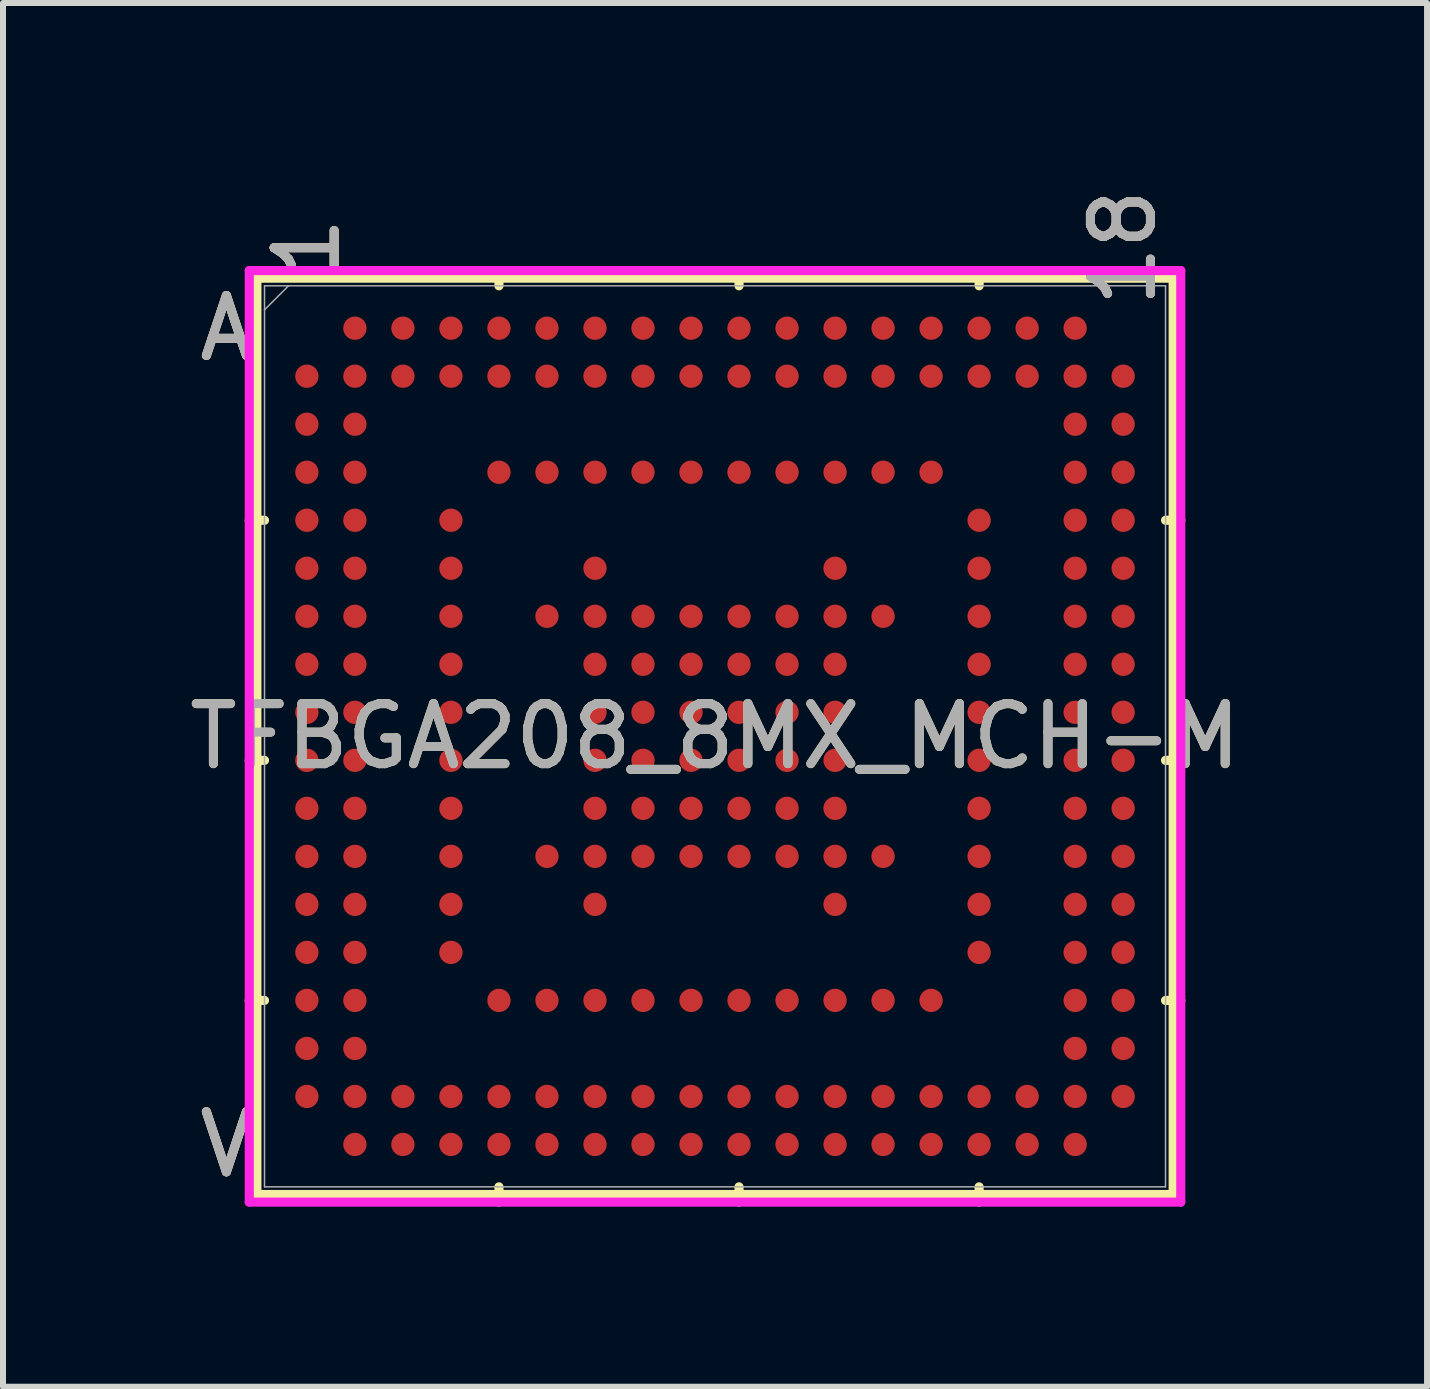
<source format=kicad_pcb>
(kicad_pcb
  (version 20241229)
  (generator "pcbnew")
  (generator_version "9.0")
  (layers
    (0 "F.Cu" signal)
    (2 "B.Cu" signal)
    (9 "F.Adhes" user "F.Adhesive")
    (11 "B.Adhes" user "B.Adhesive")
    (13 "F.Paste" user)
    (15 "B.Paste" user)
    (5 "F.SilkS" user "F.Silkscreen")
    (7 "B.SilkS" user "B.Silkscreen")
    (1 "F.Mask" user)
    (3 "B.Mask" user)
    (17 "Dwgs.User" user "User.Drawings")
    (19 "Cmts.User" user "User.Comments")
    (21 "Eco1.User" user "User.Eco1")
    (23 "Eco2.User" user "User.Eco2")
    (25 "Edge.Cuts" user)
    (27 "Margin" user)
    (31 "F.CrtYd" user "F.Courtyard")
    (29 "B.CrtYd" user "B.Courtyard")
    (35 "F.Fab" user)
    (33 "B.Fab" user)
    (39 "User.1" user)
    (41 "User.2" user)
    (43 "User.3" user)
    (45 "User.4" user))
  (footprint "TFBGA208_8MX_MCH-M"
    (layer "F.Cu")
    (at 8.863 9.218)
    (property "Reference" "TFBGA208_8MX_MCH-M" (at 0 0 0) (unlocked yes) (layer "F.SilkS") (effects (font (size 1 1) (thickness 0.15))))
    (attr smd)
    (fp_line (start -7.633 -7.633) (end -7.633 7.633) (stroke (width 0.152) (type solid)) (layer "F.SilkS"))
    (fp_line (start -7.633 7.633) (end 7.633 7.633) (stroke (width 0.152) (type solid)) (layer "F.SilkS"))
    (fp_line (start -7.506 -3.6) (end -7.76 -3.6) (stroke (width 0.152) (type solid)) (layer "F.SilkS"))
    (fp_line (start -7.506 0.4) (end -7.76 0.4) (stroke (width 0.152) (type solid)) (layer "F.SilkS"))
    (fp_line (start -7.506 4.4) (end -7.76 4.4) (stroke (width 0.152) (type solid)) (layer "F.SilkS"))
    (fp_line (start -3.6 -7.506) (end -3.6 -7.76) (stroke (width 0.152) (type solid)) (layer "F.SilkS"))
    (fp_line (start -3.6 7.506) (end -3.6 7.76) (stroke (width 0.152) (type solid)) (layer "F.SilkS"))
    (fp_line (start 0.4 -7.506) (end 0.4 -7.76) (stroke (width 0.152) (type solid)) (layer "F.SilkS"))
    (fp_line (start 0.4 7.506) (end 0.4 7.76) (stroke (width 0.152) (type solid)) (layer "F.SilkS"))
    (fp_line (start 4.4 -7.506) (end 4.4 -7.76) (stroke (width 0.152) (type solid)) (layer "F.SilkS"))
    (fp_line (start 4.4 7.506) (end 4.4 7.76) (stroke (width 0.152) (type solid)) (layer "F.SilkS"))
    (fp_line (start 7.506 -3.6) (end 7.76 -3.6) (stroke (width 0.152) (type solid)) (layer "F.SilkS"))
    (fp_line (start 7.506 0.4) (end 7.76 0.4) (stroke (width 0.152) (type solid)) (layer "F.SilkS"))
    (fp_line (start 7.506 4.4) (end 7.76 4.4) (stroke (width 0.152) (type solid)) (layer "F.SilkS"))
    (fp_line (start 7.633 -7.633) (end -7.633 -7.633) (stroke (width 0.152) (type solid)) (layer "F.SilkS"))
    (fp_line (start 7.633 7.633) (end 7.633 -7.633) (stroke (width 0.152) (type solid)) (layer "F.SilkS"))
    (fp_poly (pts (xy -7.644 -7.644) (xy 7.644 -7.644) (xy 7.644 7.644) (xy -7.644 7.644)) (stroke (width 0.1) (type solid)) (fill no) (layer "Eco2.User"))
    (fp_line (start -7.76 -7.76) (end 7.76 -7.76) (stroke (width 0.152) (type solid)) (layer "F.CrtYd"))
    (fp_line (start -7.76 7.76) (end -7.76 -7.76) (stroke (width 0.152) (type solid)) (layer "F.CrtYd"))
    (fp_line (start 7.76 -7.76) (end 7.76 7.76) (stroke (width 0.152) (type solid)) (layer "F.CrtYd"))
    (fp_line (start 7.76 7.76) (end -7.76 7.76) (stroke (width 0.152) (type solid)) (layer "F.CrtYd"))
    (fp_line (start -7.506 -7.506) (end -7.506 7.506) (stroke (width 0.025) (type solid)) (layer "F.Fab"))
    (fp_line (start -7.506 7.506) (end 7.506 7.506) (stroke (width 0.025) (type solid)) (layer "F.Fab"))
    (fp_line (start -7.106 -7.506) (end -7.506 -7.106) (stroke (width 0.025) (type solid)) (layer "F.Fab"))
    (fp_line (start 7.506 -7.506) (end -7.506 -7.506) (stroke (width 0.025) (type solid)) (layer "F.Fab"))
    (fp_line (start 7.506 7.506) (end 7.506 -7.506) (stroke (width 0.025) (type solid)) (layer "F.Fab"))
    (fp_text user "1" (at -6.8 -8.141 90) (unlocked yes) (layer "F.SilkS") (effects (font (size 1 1) (thickness 0.15))))
    (fp_text user "V" (at -8.141 6.8 0) (unlocked yes) (layer "F.SilkS") (effects (font (size 1 1) (thickness 0.15))))
    (fp_text user "18" (at 6.8 -8.141 90) (unlocked yes) (layer "F.SilkS") (effects (font (size 1 1) (thickness 0.15))))
    (fp_text user "A" (at -8.141 -6.8 0) (unlocked yes) (layer "F.SilkS") (effects (font (size 1 1) (thickness 0.15))))
    (fp_text user "V" (at -8.141 6.8 0) (unlocked yes) (layer "B.SilkS") (effects (font (size 1 1) (thickness 0.15))))
    (fp_text user "1" (at -6.8 -8.141 90) (unlocked yes) (layer "B.SilkS") (effects (font (size 1 1) (thickness 0.15))))
    (fp_text user "A" (at -8.141 -6.8 0) (unlocked yes) (layer "B.SilkS") (effects (font (size 1 1) (thickness 0.15))))
    (fp_text user "18" (at 6.8 -8.141 90) (unlocked yes) (layer "B.SilkS") (effects (font (size 1 1) (thickness 0.15))))
    (fp_text user "18" (at 6.8 -8.141 90) (unlocked yes) (layer "F.Fab") (effects (font (size 1 1) (thickness 0.15))))
    (fp_text user "V" (at -8.141 6.8 0) (unlocked yes) (layer "F.Fab") (effects (font (size 1 1) (thickness 0.15))))
    (fp_text user "${REFERENCE}" (at 0 0 0) (unlocked yes) (layer "F.Fab") (effects (font (size 1 1) (thickness 0.15))))
    (fp_text user "1" (at -6.8 -8.141 90) (unlocked yes) (layer "F.Fab") (effects (font (size 1 1) (thickness 0.15))))
    (fp_text user "A" (at -8.141 -6.8 0) (unlocked yes) (layer "F.Fab") (effects (font (size 1 1) (thickness 0.15))))
    (pad "A2" smd circle (at -6 -6.8) (size 0.389 0.389) (layers "F.Cu" "F.Mask" "F.Paste"))
    (pad "A3" smd circle (at -5.2 -6.8) (size 0.389 0.389) (layers "F.Cu" "F.Mask" "F.Paste"))
    (pad "A4" smd circle (at -4.4 -6.8) (size 0.389 0.389) (layers "F.Cu" "F.Mask" "F.Paste"))
    (pad "A5" smd circle (at -3.6 -6.8) (size 0.389 0.389) (layers "F.Cu" "F.Mask" "F.Paste"))
    (pad "A6" smd circle (at -2.8 -6.8) (size 0.389 0.389) (layers "F.Cu" "F.Mask" "F.Paste"))
    (pad "A7" smd circle (at -2 -6.8) (size 0.389 0.389) (layers "F.Cu" "F.Mask" "F.Paste"))
    (pad "A8" smd circle (at -1.2 -6.8) (size 0.389 0.389) (layers "F.Cu" "F.Mask" "F.Paste"))
    (pad "A9" smd circle (at -0.4 -6.8) (size 0.389 0.389) (layers "F.Cu" "F.Mask" "F.Paste"))
    (pad "A10" smd circle (at 0.4 -6.8) (size 0.389 0.389) (layers "F.Cu" "F.Mask" "F.Paste"))
    (pad "A11" smd circle (at 1.2 -6.8) (size 0.389 0.389) (layers "F.Cu" "F.Mask" "F.Paste"))
    (pad "A12" smd circle (at 2 -6.8) (size 0.389 0.389) (layers "F.Cu" "F.Mask" "F.Paste"))
    (pad "A13" smd circle (at 2.8 -6.8) (size 0.389 0.389) (layers "F.Cu" "F.Mask" "F.Paste"))
    (pad "A14" smd circle (at 3.6 -6.8) (size 0.389 0.389) (layers "F.Cu" "F.Mask" "F.Paste"))
    (pad "A15" smd circle (at 4.4 -6.8) (size 0.389 0.389) (layers "F.Cu" "F.Mask" "F.Paste"))
    (pad "A16" smd circle (at 5.2 -6.8) (size 0.389 0.389) (layers "F.Cu" "F.Mask" "F.Paste"))
    (pad "A17" smd circle (at 6 -6.8) (size 0.389 0.389) (layers "F.Cu" "F.Mask" "F.Paste"))
    (pad "B1" smd circle (at -6.8 -6) (size 0.389 0.389) (layers "F.Cu" "F.Mask" "F.Paste"))
    (pad "B2" smd circle (at -6 -6) (size 0.389 0.389) (layers "F.Cu" "F.Mask" "F.Paste"))
    (pad "B3" smd circle (at -5.2 -6) (size 0.389 0.389) (layers "F.Cu" "F.Mask" "F.Paste"))
    (pad "B4" smd circle (at -4.4 -6) (size 0.389 0.389) (layers "F.Cu" "F.Mask" "F.Paste"))
    (pad "B5" smd circle (at -3.6 -6) (size 0.389 0.389) (layers "F.Cu" "F.Mask" "F.Paste"))
    (pad "B6" smd circle (at -2.8 -6) (size 0.389 0.389) (layers "F.Cu" "F.Mask" "F.Paste"))
    (pad "B7" smd circle (at -2 -6) (size 0.389 0.389) (layers "F.Cu" "F.Mask" "F.Paste"))
    (pad "B8" smd circle (at -1.2 -6) (size 0.389 0.389) (layers "F.Cu" "F.Mask" "F.Paste"))
    (pad "B9" smd circle (at -0.4 -6) (size 0.389 0.389) (layers "F.Cu" "F.Mask" "F.Paste"))
    (pad "B10" smd circle (at 0.4 -6) (size 0.389 0.389) (layers "F.Cu" "F.Mask" "F.Paste"))
    (pad "B11" smd circle (at 1.2 -6) (size 0.389 0.389) (layers "F.Cu" "F.Mask" "F.Paste"))
    (pad "B12" smd circle (at 2 -6) (size 0.389 0.389) (layers "F.Cu" "F.Mask" "F.Paste"))
    (pad "B13" smd circle (at 2.8 -6) (size 0.389 0.389) (layers "F.Cu" "F.Mask" "F.Paste"))
    (pad "B14" smd circle (at 3.6 -6) (size 0.389 0.389) (layers "F.Cu" "F.Mask" "F.Paste"))
    (pad "B15" smd circle (at 4.4 -6) (size 0.389 0.389) (layers "F.Cu" "F.Mask" "F.Paste"))
    (pad "B16" smd circle (at 5.2 -6) (size 0.389 0.389) (layers "F.Cu" "F.Mask" "F.Paste"))
    (pad "B17" smd circle (at 6 -6) (size 0.389 0.389) (layers "F.Cu" "F.Mask" "F.Paste"))
    (pad "B18" smd circle (at 6.8 -6) (size 0.389 0.389) (layers "F.Cu" "F.Mask" "F.Paste"))
    (pad "C1" smd circle (at -6.8 -5.2) (size 0.389 0.389) (layers "F.Cu" "F.Mask" "F.Paste"))
    (pad "C2" smd circle (at -6 -5.2) (size 0.389 0.389) (layers "F.Cu" "F.Mask" "F.Paste"))
    (pad "C17" smd circle (at 6 -5.2) (size 0.389 0.389) (layers "F.Cu" "F.Mask" "F.Paste"))
    (pad "C18" smd circle (at 6.8 -5.2) (size 0.389 0.389) (layers "F.Cu" "F.Mask" "F.Paste"))
    (pad "D1" smd circle (at -6.8 -4.4) (size 0.389 0.389) (layers "F.Cu" "F.Mask" "F.Paste"))
    (pad "D2" smd circle (at -6 -4.4) (size 0.389 0.389) (layers "F.Cu" "F.Mask" "F.Paste"))
    (pad "D5" smd circle (at -3.6 -4.4) (size 0.389 0.389) (layers "F.Cu" "F.Mask" "F.Paste"))
    (pad "D6" smd circle (at -2.8 -4.4) (size 0.389 0.389) (layers "F.Cu" "F.Mask" "F.Paste"))
    (pad "D7" smd circle (at -2 -4.4) (size 0.389 0.389) (layers "F.Cu" "F.Mask" "F.Paste"))
    (pad "D8" smd circle (at -1.2 -4.4) (size 0.389 0.389) (layers "F.Cu" "F.Mask" "F.Paste"))
    (pad "D9" smd circle (at -0.4 -4.4) (size 0.389 0.389) (layers "F.Cu" "F.Mask" "F.Paste"))
    (pad "D10" smd circle (at 0.4 -4.4) (size 0.389 0.389) (layers "F.Cu" "F.Mask" "F.Paste"))
    (pad "D11" smd circle (at 1.2 -4.4) (size 0.389 0.389) (layers "F.Cu" "F.Mask" "F.Paste"))
    (pad "D12" smd circle (at 2 -4.4) (size 0.389 0.389) (layers "F.Cu" "F.Mask" "F.Paste"))
    (pad "D13" smd circle (at 2.8 -4.4) (size 0.389 0.389) (layers "F.Cu" "F.Mask" "F.Paste"))
    (pad "D14" smd circle (at 3.6 -4.4) (size 0.389 0.389) (layers "F.Cu" "F.Mask" "F.Paste"))
    (pad "D17" smd circle (at 6 -4.4) (size 0.389 0.389) (layers "F.Cu" "F.Mask" "F.Paste"))
    (pad "D18" smd circle (at 6.8 -4.4) (size 0.389 0.389) (layers "F.Cu" "F.Mask" "F.Paste"))
    (pad "E1" smd circle (at -6.8 -3.6) (size 0.389 0.389) (layers "F.Cu" "F.Mask" "F.Paste"))
    (pad "E2" smd circle (at -6 -3.6) (size 0.389 0.389) (layers "F.Cu" "F.Mask" "F.Paste"))
    (pad "E4" smd circle (at -4.4 -3.6) (size 0.389 0.389) (layers "F.Cu" "F.Mask" "F.Paste"))
    (pad "E15" smd circle (at 4.4 -3.6) (size 0.389 0.389) (layers "F.Cu" "F.Mask" "F.Paste"))
    (pad "E17" smd circle (at 6 -3.6) (size 0.389 0.389) (layers "F.Cu" "F.Mask" "F.Paste"))
    (pad "E18" smd circle (at 6.8 -3.6) (size 0.389 0.389) (layers "F.Cu" "F.Mask" "F.Paste"))
    (pad "F1" smd circle (at -6.8 -2.8) (size 0.389 0.389) (layers "F.Cu" "F.Mask" "F.Paste"))
    (pad "F2" smd circle (at -6 -2.8) (size 0.389 0.389) (layers "F.Cu" "F.Mask" "F.Paste"))
    (pad "F4" smd circle (at -4.4 -2.8) (size 0.389 0.389) (layers "F.Cu" "F.Mask" "F.Paste"))
    (pad "F7" smd circle (at -2 -2.8) (size 0.389 0.389) (layers "F.Cu" "F.Mask" "F.Paste"))
    (pad "F12" smd circle (at 2 -2.8) (size 0.389 0.389) (layers "F.Cu" "F.Mask" "F.Paste"))
    (pad "F15" smd circle (at 4.4 -2.8) (size 0.389 0.389) (layers "F.Cu" "F.Mask" "F.Paste"))
    (pad "F17" smd circle (at 6 -2.8) (size 0.389 0.389) (layers "F.Cu" "F.Mask" "F.Paste"))
    (pad "F18" smd circle (at 6.8 -2.8) (size 0.389 0.389) (layers "F.Cu" "F.Mask" "F.Paste"))
    (pad "G1" smd circle (at -6.8 -2) (size 0.389 0.389) (layers "F.Cu" "F.Mask" "F.Paste"))
    (pad "G2" smd circle (at -6 -2) (size 0.389 0.389) (layers "F.Cu" "F.Mask" "F.Paste"))
    (pad "G4" smd circle (at -4.4 -2) (size 0.389 0.389) (layers "F.Cu" "F.Mask" "F.Paste"))
    (pad "G6" smd circle (at -2.8 -2) (size 0.389 0.389) (layers "F.Cu" "F.Mask" "F.Paste"))
    (pad "G7" smd circle (at -2 -2) (size 0.389 0.389) (layers "F.Cu" "F.Mask" "F.Paste"))
    (pad "G8" smd circle (at -1.2 -2) (size 0.389 0.389) (layers "F.Cu" "F.Mask" "F.Paste"))
    (pad "G9" smd circle (at -0.4 -2) (size 0.389 0.389) (layers "F.Cu" "F.Mask" "F.Paste"))
    (pad "G10" smd circle (at 0.4 -2) (size 0.389 0.389) (layers "F.Cu" "F.Mask" "F.Paste"))
    (pad "G11" smd circle (at 1.2 -2) (size 0.389 0.389) (layers "F.Cu" "F.Mask" "F.Paste"))
    (pad "G12" smd circle (at 2 -2) (size 0.389 0.389) (layers "F.Cu" "F.Mask" "F.Paste"))
    (pad "G13" smd circle (at 2.8 -2) (size 0.389 0.389) (layers "F.Cu" "F.Mask" "F.Paste"))
    (pad "G15" smd circle (at 4.4 -2) (size 0.389 0.389) (layers "F.Cu" "F.Mask" "F.Paste"))
    (pad "G17" smd circle (at 6 -2) (size 0.389 0.389) (layers "F.Cu" "F.Mask" "F.Paste"))
    (pad "G18" smd circle (at 6.8 -2) (size 0.389 0.389) (layers "F.Cu" "F.Mask" "F.Paste"))
    (pad "H1" smd circle (at -6.8 -1.2) (size 0.389 0.389) (layers "F.Cu" "F.Mask" "F.Paste"))
    (pad "H2" smd circle (at -6 -1.2) (size 0.389 0.389) (layers "F.Cu" "F.Mask" "F.Paste"))
    (pad "H4" smd circle (at -4.4 -1.2) (size 0.389 0.389) (layers "F.Cu" "F.Mask" "F.Paste"))
    (pad "H7" smd circle (at -2 -1.2) (size 0.389 0.389) (layers "F.Cu" "F.Mask" "F.Paste"))
    (pad "H8" smd circle (at -1.2 -1.2) (size 0.389 0.389) (layers "F.Cu" "F.Mask" "F.Paste"))
    (pad "H9" smd circle (at -0.4 -1.2) (size 0.389 0.389) (layers "F.Cu" "F.Mask" "F.Paste"))
    (pad "H10" smd circle (at 0.4 -1.2) (size 0.389 0.389) (layers "F.Cu" "F.Mask" "F.Paste"))
    (pad "H11" smd circle (at 1.2 -1.2) (size 0.389 0.389) (layers "F.Cu" "F.Mask" "F.Paste"))
    (pad "H12" smd circle (at 2 -1.2) (size 0.389 0.389) (layers "F.Cu" "F.Mask" "F.Paste"))
    (pad "H15" smd circle (at 4.4 -1.2) (size 0.389 0.389) (layers "F.Cu" "F.Mask" "F.Paste"))
    (pad "H17" smd circle (at 6 -1.2) (size 0.389 0.389) (layers "F.Cu" "F.Mask" "F.Paste"))
    (pad "H18" smd circle (at 6.8 -1.2) (size 0.389 0.389) (layers "F.Cu" "F.Mask" "F.Paste"))
    (pad "J1" smd circle (at -6.8 -0.4) (size 0.389 0.389) (layers "F.Cu" "F.Mask" "F.Paste"))
    (pad "J2" smd circle (at -6 -0.4) (size 0.389 0.389) (layers "F.Cu" "F.Mask" "F.Paste"))
    (pad "J4" smd circle (at -4.4 -0.4) (size 0.389 0.389) (layers "F.Cu" "F.Mask" "F.Paste"))
    (pad "J7" smd circle (at -2 -0.4) (size 0.389 0.389) (layers "F.Cu" "F.Mask" "F.Paste"))
    (pad "J8" smd circle (at -1.2 -0.4) (size 0.389 0.389) (layers "F.Cu" "F.Mask" "F.Paste"))
    (pad "J9" smd circle (at -0.4 -0.4) (size 0.389 0.389) (layers "F.Cu" "F.Mask" "F.Paste"))
    (pad "J10" smd circle (at 0.4 -0.4) (size 0.389 0.389) (layers "F.Cu" "F.Mask" "F.Paste"))
    (pad "J11" smd circle (at 1.2 -0.4) (size 0.389 0.389) (layers "F.Cu" "F.Mask" "F.Paste"))
    (pad "J12" smd circle (at 2 -0.4) (size 0.389 0.389) (layers "F.Cu" "F.Mask" "F.Paste"))
    (pad "J15" smd circle (at 4.4 -0.4) (size 0.389 0.389) (layers "F.Cu" "F.Mask" "F.Paste"))
    (pad "J17" smd circle (at 6 -0.4) (size 0.389 0.389) (layers "F.Cu" "F.Mask" "F.Paste"))
    (pad "J18" smd circle (at 6.8 -0.4) (size 0.389 0.389) (layers "F.Cu" "F.Mask" "F.Paste"))
    (pad "K1" smd circle (at -6.8 0.4) (size 0.389 0.389) (layers "F.Cu" "F.Mask" "F.Paste"))
    (pad "K2" smd circle (at -6 0.4) (size 0.389 0.389) (layers "F.Cu" "F.Mask" "F.Paste"))
    (pad "K4" smd circle (at -4.4 0.4) (size 0.389 0.389) (layers "F.Cu" "F.Mask" "F.Paste"))
    (pad "K7" smd circle (at -2 0.4) (size 0.389 0.389) (layers "F.Cu" "F.Mask" "F.Paste"))
    (pad "K8" smd circle (at -1.2 0.4) (size 0.389 0.389) (layers "F.Cu" "F.Mask" "F.Paste"))
    (pad "K9" smd circle (at -0.4 0.4) (size 0.389 0.389) (layers "F.Cu" "F.Mask" "F.Paste"))
    (pad "K10" smd circle (at 0.4 0.4) (size 0.389 0.389) (layers "F.Cu" "F.Mask" "F.Paste"))
    (pad "K11" smd circle (at 1.2 0.4) (size 0.389 0.389) (layers "F.Cu" "F.Mask" "F.Paste"))
    (pad "K12" smd circle (at 2 0.4) (size 0.389 0.389) (layers "F.Cu" "F.Mask" "F.Paste"))
    (pad "K15" smd circle (at 4.4 0.4) (size 0.389 0.389) (layers "F.Cu" "F.Mask" "F.Paste"))
    (pad "K17" smd circle (at 6 0.4) (size 0.389 0.389) (layers "F.Cu" "F.Mask" "F.Paste"))
    (pad "K18" smd circle (at 6.8 0.4) (size 0.389 0.389) (layers "F.Cu" "F.Mask" "F.Paste"))
    (pad "L1" smd circle (at -6.8 1.2) (size 0.389 0.389) (layers "F.Cu" "F.Mask" "F.Paste"))
    (pad "L2" smd circle (at -6 1.2) (size 0.389 0.389) (layers "F.Cu" "F.Mask" "F.Paste"))
    (pad "L4" smd circle (at -4.4 1.2) (size 0.389 0.389) (layers "F.Cu" "F.Mask" "F.Paste"))
    (pad "L7" smd circle (at -2 1.2) (size 0.389 0.389) (layers "F.Cu" "F.Mask" "F.Paste"))
    (pad "L8" smd circle (at -1.2 1.2) (size 0.389 0.389) (layers "F.Cu" "F.Mask" "F.Paste"))
    (pad "L9" smd circle (at -0.4 1.2) (size 0.389 0.389) (layers "F.Cu" "F.Mask" "F.Paste"))
    (pad "L10" smd circle (at 0.4 1.2) (size 0.389 0.389) (layers "F.Cu" "F.Mask" "F.Paste"))
    (pad "L11" smd circle (at 1.2 1.2) (size 0.389 0.389) (layers "F.Cu" "F.Mask" "F.Paste"))
    (pad "L12" smd circle (at 2 1.2) (size 0.389 0.389) (layers "F.Cu" "F.Mask" "F.Paste"))
    (pad "L15" smd circle (at 4.4 1.2) (size 0.389 0.389) (layers "F.Cu" "F.Mask" "F.Paste"))
    (pad "L17" smd circle (at 6 1.2) (size 0.389 0.389) (layers "F.Cu" "F.Mask" "F.Paste"))
    (pad "L18" smd circle (at 6.8 1.2) (size 0.389 0.389) (layers "F.Cu" "F.Mask" "F.Paste"))
    (pad "M1" smd circle (at -6.8 2) (size 0.389 0.389) (layers "F.Cu" "F.Mask" "F.Paste"))
    (pad "M2" smd circle (at -6 2) (size 0.389 0.389) (layers "F.Cu" "F.Mask" "F.Paste"))
    (pad "M4" smd circle (at -4.4 2) (size 0.389 0.389) (layers "F.Cu" "F.Mask" "F.Paste"))
    (pad "M6" smd circle (at -2.8 2) (size 0.389 0.389) (layers "F.Cu" "F.Mask" "F.Paste"))
    (pad "M7" smd circle (at -2 2) (size 0.389 0.389) (layers "F.Cu" "F.Mask" "F.Paste"))
    (pad "M8" smd circle (at -1.2 2) (size 0.389 0.389) (layers "F.Cu" "F.Mask" "F.Paste"))
    (pad "M9" smd circle (at -0.4 2) (size 0.389 0.389) (layers "F.Cu" "F.Mask" "F.Paste"))
    (pad "M10" smd circle (at 0.4 2) (size 0.389 0.389) (layers "F.Cu" "F.Mask" "F.Paste"))
    (pad "M11" smd circle (at 1.2 2) (size 0.389 0.389) (layers "F.Cu" "F.Mask" "F.Paste"))
    (pad "M12" smd circle (at 2 2) (size 0.389 0.389) (layers "F.Cu" "F.Mask" "F.Paste"))
    (pad "M13" smd circle (at 2.8 2) (size 0.389 0.389) (layers "F.Cu" "F.Mask" "F.Paste"))
    (pad "M15" smd circle (at 4.4 2) (size 0.389 0.389) (layers "F.Cu" "F.Mask" "F.Paste"))
    (pad "M17" smd circle (at 6 2) (size 0.389 0.389) (layers "F.Cu" "F.Mask" "F.Paste"))
    (pad "M18" smd circle (at 6.8 2) (size 0.389 0.389) (layers "F.Cu" "F.Mask" "F.Paste"))
    (pad "N1" smd circle (at -6.8 2.8) (size 0.389 0.389) (layers "F.Cu" "F.Mask" "F.Paste"))
    (pad "N2" smd circle (at -6 2.8) (size 0.389 0.389) (layers "F.Cu" "F.Mask" "F.Paste"))
    (pad "N4" smd circle (at -4.4 2.8) (size 0.389 0.389) (layers "F.Cu" "F.Mask" "F.Paste"))
    (pad "N7" smd circle (at -2 2.8) (size 0.389 0.389) (layers "F.Cu" "F.Mask" "F.Paste"))
    (pad "N12" smd circle (at 2 2.8) (size 0.389 0.389) (layers "F.Cu" "F.Mask" "F.Paste"))
    (pad "N15" smd circle (at 4.4 2.8) (size 0.389 0.389) (layers "F.Cu" "F.Mask" "F.Paste"))
    (pad "N17" smd circle (at 6 2.8) (size 0.389 0.389) (layers "F.Cu" "F.Mask" "F.Paste"))
    (pad "N18" smd circle (at 6.8 2.8) (size 0.389 0.389) (layers "F.Cu" "F.Mask" "F.Paste"))
    (pad "P1" smd circle (at -6.8 3.6) (size 0.389 0.389) (layers "F.Cu" "F.Mask" "F.Paste"))
    (pad "P2" smd circle (at -6 3.6) (size 0.389 0.389) (layers "F.Cu" "F.Mask" "F.Paste"))
    (pad "P4" smd circle (at -4.4 3.6) (size 0.389 0.389) (layers "F.Cu" "F.Mask" "F.Paste"))
    (pad "P15" smd circle (at 4.4 3.6) (size 0.389 0.389) (layers "F.Cu" "F.Mask" "F.Paste"))
    (pad "P17" smd circle (at 6 3.6) (size 0.389 0.389) (layers "F.Cu" "F.Mask" "F.Paste"))
    (pad "P18" smd circle (at 6.8 3.6) (size 0.389 0.389) (layers "F.Cu" "F.Mask" "F.Paste"))
    (pad "R1" smd circle (at -6.8 4.4) (size 0.389 0.389) (layers "F.Cu" "F.Mask" "F.Paste"))
    (pad "R2" smd circle (at -6 4.4) (size 0.389 0.389) (layers "F.Cu" "F.Mask" "F.Paste"))
    (pad "R5" smd circle (at -3.6 4.4) (size 0.389 0.389) (layers "F.Cu" "F.Mask" "F.Paste"))
    (pad "R6" smd circle (at -2.8 4.4) (size 0.389 0.389) (layers "F.Cu" "F.Mask" "F.Paste"))
    (pad "R7" smd circle (at -2 4.4) (size 0.389 0.389) (layers "F.Cu" "F.Mask" "F.Paste"))
    (pad "R8" smd circle (at -1.2 4.4) (size 0.389 0.389) (layers "F.Cu" "F.Mask" "F.Paste"))
    (pad "R9" smd circle (at -0.4 4.4) (size 0.389 0.389) (layers "F.Cu" "F.Mask" "F.Paste"))
    (pad "R10" smd circle (at 0.4 4.4) (size 0.389 0.389) (layers "F.Cu" "F.Mask" "F.Paste"))
    (pad "R11" smd circle (at 1.2 4.4) (size 0.389 0.389) (layers "F.Cu" "F.Mask" "F.Paste"))
    (pad "R12" smd circle (at 2 4.4) (size 0.389 0.389) (layers "F.Cu" "F.Mask" "F.Paste"))
    (pad "R13" smd circle (at 2.8 4.4) (size 0.389 0.389) (layers "F.Cu" "F.Mask" "F.Paste"))
    (pad "R14" smd circle (at 3.6 4.4) (size 0.389 0.389) (layers "F.Cu" "F.Mask" "F.Paste"))
    (pad "R17" smd circle (at 6 4.4) (size 0.389 0.389) (layers "F.Cu" "F.Mask" "F.Paste"))
    (pad "R18" smd circle (at 6.8 4.4) (size 0.389 0.389) (layers "F.Cu" "F.Mask" "F.Paste"))
    (pad "T1" smd circle (at -6.8 5.2) (size 0.389 0.389) (layers "F.Cu" "F.Mask" "F.Paste"))
    (pad "T2" smd circle (at -6 5.2) (size 0.389 0.389) (layers "F.Cu" "F.Mask" "F.Paste"))
    (pad "T17" smd circle (at 6 5.2) (size 0.389 0.389) (layers "F.Cu" "F.Mask" "F.Paste"))
    (pad "T18" smd circle (at 6.8 5.2) (size 0.389 0.389) (layers "F.Cu" "F.Mask" "F.Paste"))
    (pad "U1" smd circle (at -6.8 6) (size 0.389 0.389) (layers "F.Cu" "F.Mask" "F.Paste"))
    (pad "U2" smd circle (at -6 6) (size 0.389 0.389) (layers "F.Cu" "F.Mask" "F.Paste"))
    (pad "U3" smd circle (at -5.2 6) (size 0.389 0.389) (layers "F.Cu" "F.Mask" "F.Paste"))
    (pad "U4" smd circle (at -4.4 6) (size 0.389 0.389) (layers "F.Cu" "F.Mask" "F.Paste"))
    (pad "U5" smd circle (at -3.6 6) (size 0.389 0.389) (layers "F.Cu" "F.Mask" "F.Paste"))
    (pad "U6" smd circle (at -2.8 6) (size 0.389 0.389) (layers "F.Cu" "F.Mask" "F.Paste"))
    (pad "U7" smd circle (at -2 6) (size 0.389 0.389) (layers "F.Cu" "F.Mask" "F.Paste"))
    (pad "U8" smd circle (at -1.2 6) (size 0.389 0.389) (layers "F.Cu" "F.Mask" "F.Paste"))
    (pad "U9" smd circle (at -0.4 6) (size 0.389 0.389) (layers "F.Cu" "F.Mask" "F.Paste"))
    (pad "U10" smd circle (at 0.4 6) (size 0.389 0.389) (layers "F.Cu" "F.Mask" "F.Paste"))
    (pad "U11" smd circle (at 1.2 6) (size 0.389 0.389) (layers "F.Cu" "F.Mask" "F.Paste"))
    (pad "U12" smd circle (at 2 6) (size 0.389 0.389) (layers "F.Cu" "F.Mask" "F.Paste"))
    (pad "U13" smd circle (at 2.8 6) (size 0.389 0.389) (layers "F.Cu" "F.Mask" "F.Paste"))
    (pad "U14" smd circle (at 3.6 6) (size 0.389 0.389) (layers "F.Cu" "F.Mask" "F.Paste"))
    (pad "U15" smd circle (at 4.4 6) (size 0.389 0.389) (layers "F.Cu" "F.Mask" "F.Paste"))
    (pad "U16" smd circle (at 5.2 6) (size 0.389 0.389) (layers "F.Cu" "F.Mask" "F.Paste"))
    (pad "U17" smd circle (at 6 6) (size 0.389 0.389) (layers "F.Cu" "F.Mask" "F.Paste"))
    (pad "U18" smd circle (at 6.8 6) (size 0.389 0.389) (layers "F.Cu" "F.Mask" "F.Paste"))
    (pad "V2" smd circle (at -6 6.8) (size 0.389 0.389) (layers "F.Cu" "F.Mask" "F.Paste"))
    (pad "V3" smd circle (at -5.2 6.8) (size 0.389 0.389) (layers "F.Cu" "F.Mask" "F.Paste"))
    (pad "V4" smd circle (at -4.4 6.8) (size 0.389 0.389) (layers "F.Cu" "F.Mask" "F.Paste"))
    (pad "V5" smd circle (at -3.6 6.8) (size 0.389 0.389) (layers "F.Cu" "F.Mask" "F.Paste"))
    (pad "V6" smd circle (at -2.8 6.8) (size 0.389 0.389) (layers "F.Cu" "F.Mask" "F.Paste"))
    (pad "V7" smd circle (at -2 6.8) (size 0.389 0.389) (layers "F.Cu" "F.Mask" "F.Paste"))
    (pad "V8" smd circle (at -1.2 6.8) (size 0.389 0.389) (layers "F.Cu" "F.Mask" "F.Paste"))
    (pad "V9" smd circle (at -0.4 6.8) (size 0.389 0.389) (layers "F.Cu" "F.Mask" "F.Paste"))
    (pad "V10" smd circle (at 0.4 6.8) (size 0.389 0.389) (layers "F.Cu" "F.Mask" "F.Paste"))
    (pad "V11" smd circle (at 1.2 6.8) (size 0.389 0.389) (layers "F.Cu" "F.Mask" "F.Paste"))
    (pad "V12" smd circle (at 2 6.8) (size 0.389 0.389) (layers "F.Cu" "F.Mask" "F.Paste"))
    (pad "V13" smd circle (at 2.8 6.8) (size 0.389 0.389) (layers "F.Cu" "F.Mask" "F.Paste"))
    (pad "V14" smd circle (at 3.6 6.8) (size 0.389 0.389) (layers "F.Cu" "F.Mask" "F.Paste"))
    (pad "V15" smd circle (at 4.4 6.8) (size 0.389 0.389) (layers "F.Cu" "F.Mask" "F.Paste"))
    (pad "V16" smd circle (at 5.2 6.8) (size 0.389 0.389) (layers "F.Cu" "F.Mask" "F.Paste"))
    (pad "V17" smd circle (at 6 6.8) (size 0.389 0.389) (layers "F.Cu" "F.Mask" "F.Paste")))
  (gr_rect
    (start -3 -3)
    (end 20.726 20.054)
    (stroke (width 0.1) (type default))
    (fill no)
    (layer "Edge.Cuts")))
</source>
